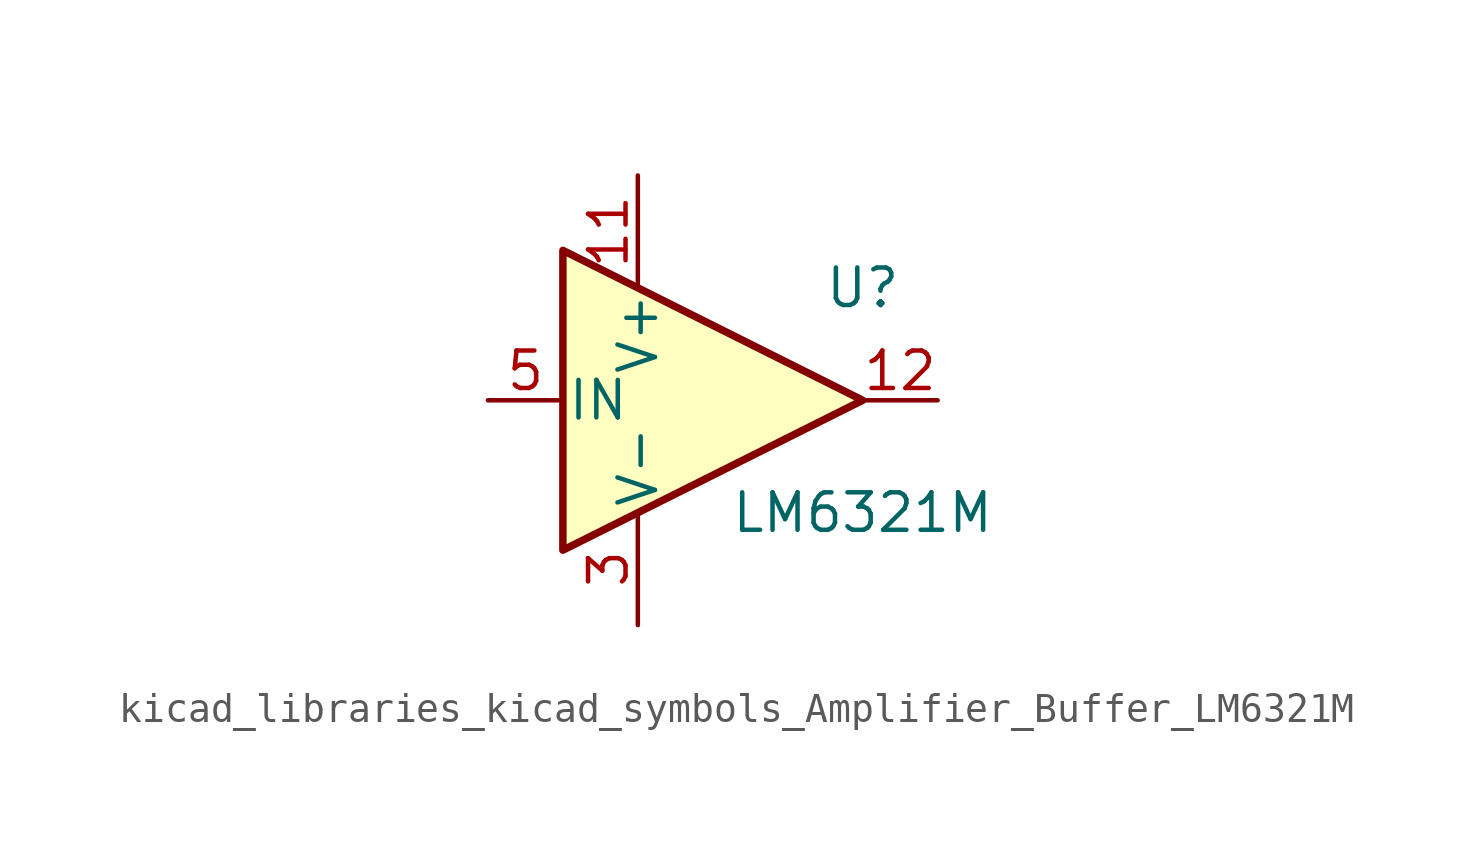
<source format=kicad_sym>
(kicad_symbol_lib
  (version 20220914)
  (generator kicad_symbol_editor)
  (symbol "kicad_libraries_kicad_symbols_Amplifier_Buffer_LM6321M"
    (pin_names
      (offset 0.127))
    (property "Reference" "U"
      (at 5.08 3.81 0)
      (effects (font (size 1.27 1.27))))
    (property "Value" "LM6321M"
      (at 5.08 -3.81 0)
      (effects (font (size 1.27 1.27))))
    (symbol "kicad_libraries_kicad_symbols_Amplifier_Buffer_LM6321M_0_1"
      (polyline (pts (xy 5.08 0) (xy -5.08 5.08) (xy -5.08 -5.08) (xy 5.08 0)) (stroke (width 0.254) (type default)) (fill (type background))))
    (symbol "kicad_libraries_kicad_symbols_Amplifier_Buffer_LM6321M_1_1"
      (pin passive line (at -2.54 -7.62 90) (length 3.81) hide (name "V-" (effects (font (size 1.27 1.27)))) (number "1" (effects (font (size 1.27 1.27)))))
      (pin no_connect line (at 0 -2.54 90) (length 2.54) hide (name "NC" (effects (font (size 1.27 1.27)))) (number "10" (effects (font (size 1.27 1.27)))))
      (pin power_in line (at -2.54 7.62 270) (length 3.81) (name "V+" (effects (font (size 1.27 1.27)))) (number "11" (effects (font (size 1.27 1.27)))))
      (pin output line (at 7.62 0 180) (length 2.54) (name "~" (effects (font (size 1.27 1.27)))) (number "12" (effects (font (size 1.27 1.27)))))
      (pin passive line (at -2.54 -7.62 90) (length 3.81) hide (name "V-" (effects (font (size 1.27 1.27)))) (number "13" (effects (font (size 1.27 1.27)))))
      (pin passive line (at -2.54 -7.62 90) (length 3.81) hide (name "V-" (effects (font (size 1.27 1.27)))) (number "14" (effects (font (size 1.27 1.27)))))
      (pin passive line (at -2.54 -7.62 90) (length 3.81) hide (name "V-" (effects (font (size 1.27 1.27)))) (number "2" (effects (font (size 1.27 1.27)))))
      (pin power_in line (at -2.54 -7.62 90) (length 3.81) (name "V-" (effects (font (size 1.27 1.27)))) (number "3" (effects (font (size 1.27 1.27)))))
      (pin no_connect line (at 0 2.54 270) (length 2.54) hide (name "NC" (effects (font (size 1.27 1.27)))) (number "4" (effects (font (size 1.27 1.27)))))
      (pin input line (at -7.62 0 0) (length 2.54) (name "IN" (effects (font (size 1.27 1.27)))) (number "5" (effects (font (size 1.27 1.27)))))
      (pin passive line (at -2.54 -7.62 90) (length 3.81) hide (name "V-" (effects (font (size 1.27 1.27)))) (number "6" (effects (font (size 1.27 1.27)))))
      (pin passive line (at -2.54 -7.62 90) (length 3.81) hide (name "V-" (effects (font (size 1.27 1.27)))) (number "7" (effects (font (size 1.27 1.27)))))
      (pin passive line (at -2.54 -7.62 90) (length 3.81) hide (name "V-" (effects (font (size 1.27 1.27)))) (number "8" (effects (font (size 1.27 1.27)))))
      (pin passive line (at -2.54 -7.62 90) (length 3.81) hide (name "V-" (effects (font (size 1.27 1.27)))) (number "9" (effects (font (size 1.27 1.27))))))))
</source>
